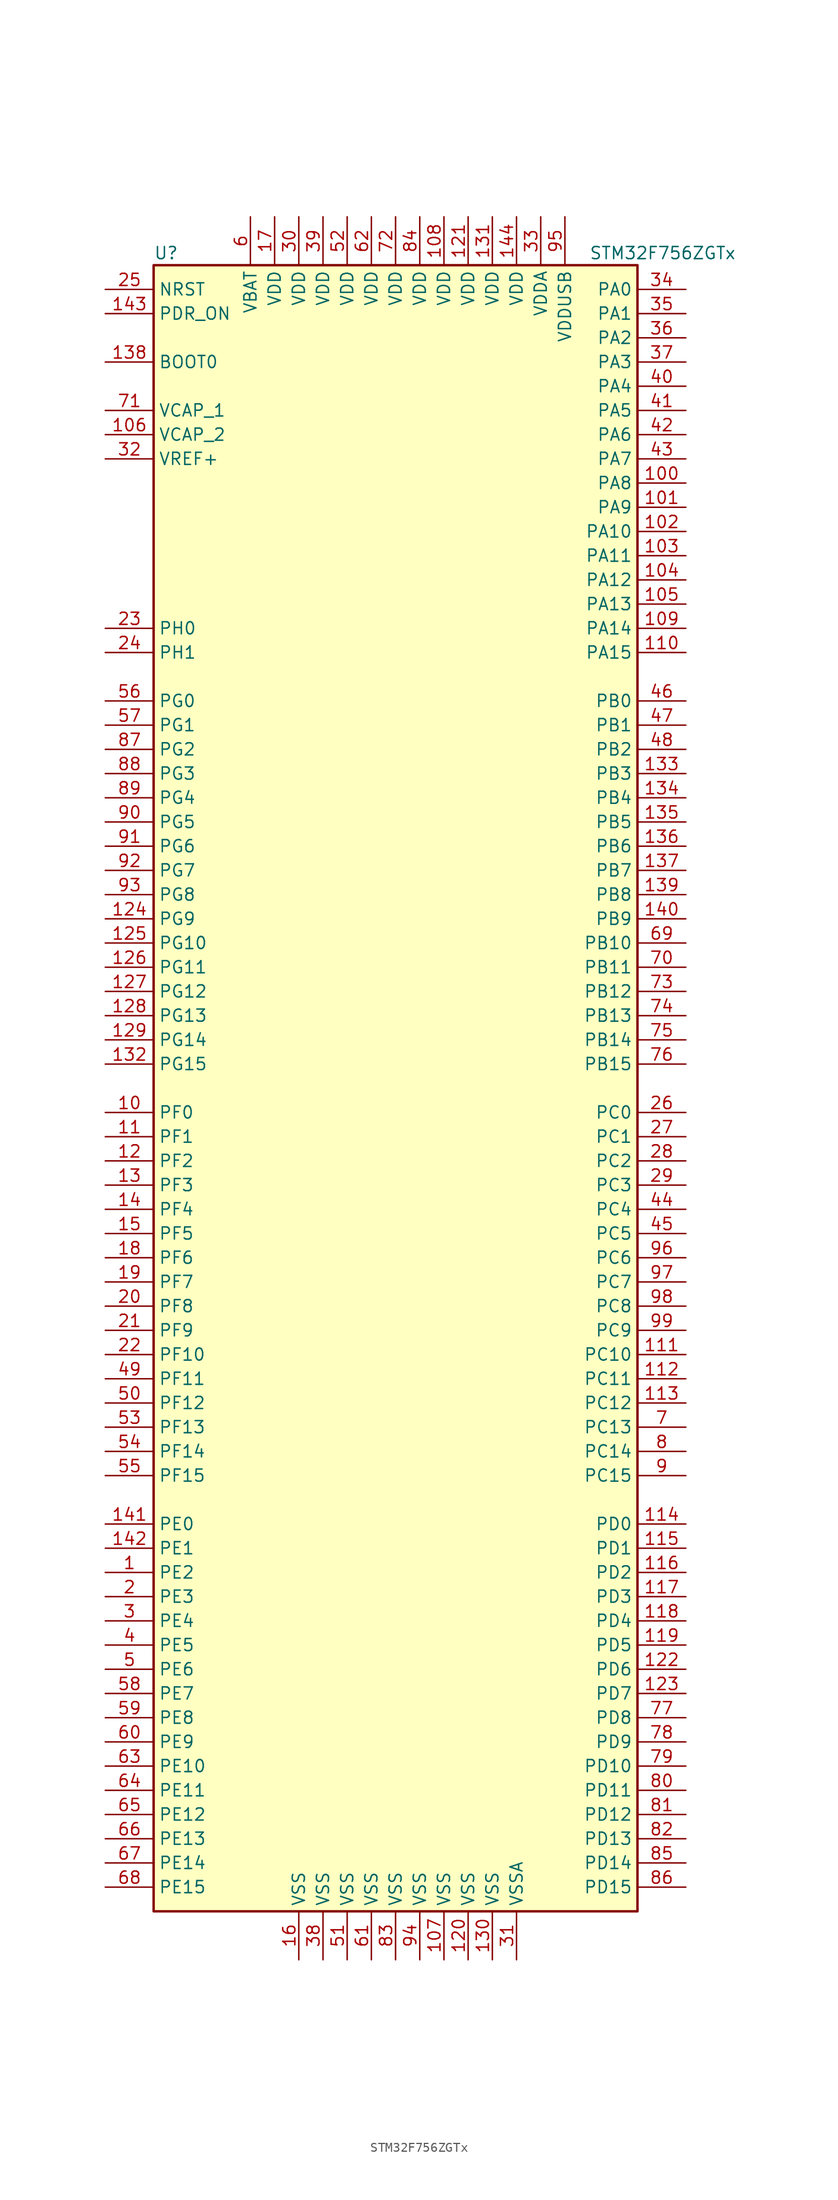
<source format=kicad_sym>
(kicad_symbol_lib
  (version 20201005)
  (generator kicad_symbol_editor)
  (symbol "STM32F756ZGTx"
    (property "Reference" "U"
      (at -25.4 87.63 0)
      (effects (font (size 1.27 1.27)) (justify left)))
    (property "Value" "STM32F756ZGTx"
      (at 20.32 87.63 0)
      (effects (font (size 1.27 1.27)) (justify left)))
    (symbol "STM32F756ZGTx_0_1"
      (rectangle (start -25.4 -86.36) (end 25.4 86.36) (stroke (width 0.254)) (fill (type background))))
    (symbol "STM32F756ZGTx_1_1"
      (pin input line (at -30.48 76.2 0) (length 5.08) (name "BOOT0" (effects (font (size 1.27 1.27)))) (number "138" (effects (font (size 1.27 1.27)))))
      (pin input line (at -30.48 83.82 0) (length 5.08) (name "NRST" (effects (font (size 1.27 1.27)))) (number "25" (effects (font (size 1.27 1.27)))))
      (pin bidirectional line (at 30.48 83.82 180) (length 5.08) (name "PA0" (effects (font (size 1.27 1.27)))) (number "34" (effects (font (size 1.27 1.27)))))
      (pin bidirectional line (at 30.48 81.28 180) (length 5.08) (name "PA1" (effects (font (size 1.27 1.27)))) (number "35" (effects (font (size 1.27 1.27)))))
      (pin bidirectional line (at 30.48 58.42 180) (length 5.08) (name "PA10" (effects (font (size 1.27 1.27)))) (number "102" (effects (font (size 1.27 1.27)))))
      (pin bidirectional line (at 30.48 55.88 180) (length 5.08) (name "PA11" (effects (font (size 1.27 1.27)))) (number "103" (effects (font (size 1.27 1.27)))))
      (pin bidirectional line (at 30.48 53.34 180) (length 5.08) (name "PA12" (effects (font (size 1.27 1.27)))) (number "104" (effects (font (size 1.27 1.27)))))
      (pin bidirectional line (at 30.48 50.8 180) (length 5.08) (name "PA13" (effects (font (size 1.27 1.27)))) (number "105" (effects (font (size 1.27 1.27)))))
      (pin bidirectional line (at 30.48 48.26 180) (length 5.08) (name "PA14" (effects (font (size 1.27 1.27)))) (number "109" (effects (font (size 1.27 1.27)))))
      (pin bidirectional line (at 30.48 45.72 180) (length 5.08) (name "PA15" (effects (font (size 1.27 1.27)))) (number "110" (effects (font (size 1.27 1.27)))))
      (pin bidirectional line (at 30.48 78.74 180) (length 5.08) (name "PA2" (effects (font (size 1.27 1.27)))) (number "36" (effects (font (size 1.27 1.27)))))
      (pin bidirectional line (at 30.48 76.2 180) (length 5.08) (name "PA3" (effects (font (size 1.27 1.27)))) (number "37" (effects (font (size 1.27 1.27)))))
      (pin bidirectional line (at 30.48 73.66 180) (length 5.08) (name "PA4" (effects (font (size 1.27 1.27)))) (number "40" (effects (font (size 1.27 1.27)))))
      (pin bidirectional line (at 30.48 71.12 180) (length 5.08) (name "PA5" (effects (font (size 1.27 1.27)))) (number "41" (effects (font (size 1.27 1.27)))))
      (pin bidirectional line (at 30.48 68.58 180) (length 5.08) (name "PA6" (effects (font (size 1.27 1.27)))) (number "42" (effects (font (size 1.27 1.27)))))
      (pin bidirectional line (at 30.48 66.04 180) (length 5.08) (name "PA7" (effects (font (size 1.27 1.27)))) (number "43" (effects (font (size 1.27 1.27)))))
      (pin bidirectional line (at 30.48 63.5 180) (length 5.08) (name "PA8" (effects (font (size 1.27 1.27)))) (number "100" (effects (font (size 1.27 1.27)))))
      (pin bidirectional line (at 30.48 60.96 180) (length 5.08) (name "PA9" (effects (font (size 1.27 1.27)))) (number "101" (effects (font (size 1.27 1.27)))))
      (pin bidirectional line (at 30.48 40.64 180) (length 5.08) (name "PB0" (effects (font (size 1.27 1.27)))) (number "46" (effects (font (size 1.27 1.27)))))
      (pin bidirectional line (at 30.48 38.1 180) (length 5.08) (name "PB1" (effects (font (size 1.27 1.27)))) (number "47" (effects (font (size 1.27 1.27)))))
      (pin bidirectional line (at 30.48 15.24 180) (length 5.08) (name "PB10" (effects (font (size 1.27 1.27)))) (number "69" (effects (font (size 1.27 1.27)))))
      (pin bidirectional line (at 30.48 12.7 180) (length 5.08) (name "PB11" (effects (font (size 1.27 1.27)))) (number "70" (effects (font (size 1.27 1.27)))))
      (pin bidirectional line (at 30.48 10.16 180) (length 5.08) (name "PB12" (effects (font (size 1.27 1.27)))) (number "73" (effects (font (size 1.27 1.27)))))
      (pin bidirectional line (at 30.48 7.62 180) (length 5.08) (name "PB13" (effects (font (size 1.27 1.27)))) (number "74" (effects (font (size 1.27 1.27)))))
      (pin bidirectional line (at 30.48 5.08 180) (length 5.08) (name "PB14" (effects (font (size 1.27 1.27)))) (number "75" (effects (font (size 1.27 1.27)))))
      (pin bidirectional line (at 30.48 2.54 180) (length 5.08) (name "PB15" (effects (font (size 1.27 1.27)))) (number "76" (effects (font (size 1.27 1.27)))))
      (pin bidirectional line (at 30.48 35.56 180) (length 5.08) (name "PB2" (effects (font (size 1.27 1.27)))) (number "48" (effects (font (size 1.27 1.27)))))
      (pin bidirectional line (at 30.48 33.02 180) (length 5.08) (name "PB3" (effects (font (size 1.27 1.27)))) (number "133" (effects (font (size 1.27 1.27)))))
      (pin bidirectional line (at 30.48 30.48 180) (length 5.08) (name "PB4" (effects (font (size 1.27 1.27)))) (number "134" (effects (font (size 1.27 1.27)))))
      (pin bidirectional line (at 30.48 27.94 180) (length 5.08) (name "PB5" (effects (font (size 1.27 1.27)))) (number "135" (effects (font (size 1.27 1.27)))))
      (pin bidirectional line (at 30.48 25.4 180) (length 5.08) (name "PB6" (effects (font (size 1.27 1.27)))) (number "136" (effects (font (size 1.27 1.27)))))
      (pin bidirectional line (at 30.48 22.86 180) (length 5.08) (name "PB7" (effects (font (size 1.27 1.27)))) (number "137" (effects (font (size 1.27 1.27)))))
      (pin bidirectional line (at 30.48 20.32 180) (length 5.08) (name "PB8" (effects (font (size 1.27 1.27)))) (number "139" (effects (font (size 1.27 1.27)))))
      (pin bidirectional line (at 30.48 17.78 180) (length 5.08) (name "PB9" (effects (font (size 1.27 1.27)))) (number "140" (effects (font (size 1.27 1.27)))))
      (pin bidirectional line (at 30.48 -2.54 180) (length 5.08) (name "PC0" (effects (font (size 1.27 1.27)))) (number "26" (effects (font (size 1.27 1.27)))))
      (pin bidirectional line (at 30.48 -5.08 180) (length 5.08) (name "PC1" (effects (font (size 1.27 1.27)))) (number "27" (effects (font (size 1.27 1.27)))))
      (pin bidirectional line (at 30.48 -27.94 180) (length 5.08) (name "PC10" (effects (font (size 1.27 1.27)))) (number "111" (effects (font (size 1.27 1.27)))))
      (pin bidirectional line (at 30.48 -30.48 180) (length 5.08) (name "PC11" (effects (font (size 1.27 1.27)))) (number "112" (effects (font (size 1.27 1.27)))))
      (pin bidirectional line (at 30.48 -33.02 180) (length 5.08) (name "PC12" (effects (font (size 1.27 1.27)))) (number "113" (effects (font (size 1.27 1.27)))))
      (pin bidirectional line (at 30.48 -35.56 180) (length 5.08) (name "PC13" (effects (font (size 1.27 1.27)))) (number "7" (effects (font (size 1.27 1.27)))))
      (pin bidirectional line (at 30.48 -38.1 180) (length 5.08) (name "PC14" (effects (font (size 1.27 1.27)))) (number "8" (effects (font (size 1.27 1.27)))))
      (pin bidirectional line (at 30.48 -40.64 180) (length 5.08) (name "PC15" (effects (font (size 1.27 1.27)))) (number "9" (effects (font (size 1.27 1.27)))))
      (pin bidirectional line (at 30.48 -7.62 180) (length 5.08) (name "PC2" (effects (font (size 1.27 1.27)))) (number "28" (effects (font (size 1.27 1.27)))))
      (pin bidirectional line (at 30.48 -10.16 180) (length 5.08) (name "PC3" (effects (font (size 1.27 1.27)))) (number "29" (effects (font (size 1.27 1.27)))))
      (pin bidirectional line (at 30.48 -12.7 180) (length 5.08) (name "PC4" (effects (font (size 1.27 1.27)))) (number "44" (effects (font (size 1.27 1.27)))))
      (pin bidirectional line (at 30.48 -15.24 180) (length 5.08) (name "PC5" (effects (font (size 1.27 1.27)))) (number "45" (effects (font (size 1.27 1.27)))))
      (pin bidirectional line (at 30.48 -17.78 180) (length 5.08) (name "PC6" (effects (font (size 1.27 1.27)))) (number "96" (effects (font (size 1.27 1.27)))))
      (pin bidirectional line (at 30.48 -20.32 180) (length 5.08) (name "PC7" (effects (font (size 1.27 1.27)))) (number "97" (effects (font (size 1.27 1.27)))))
      (pin bidirectional line (at 30.48 -22.86 180) (length 5.08) (name "PC8" (effects (font (size 1.27 1.27)))) (number "98" (effects (font (size 1.27 1.27)))))
      (pin bidirectional line (at 30.48 -25.4 180) (length 5.08) (name "PC9" (effects (font (size 1.27 1.27)))) (number "99" (effects (font (size 1.27 1.27)))))
      (pin bidirectional line (at 30.48 -45.72 180) (length 5.08) (name "PD0" (effects (font (size 1.27 1.27)))) (number "114" (effects (font (size 1.27 1.27)))))
      (pin bidirectional line (at 30.48 -48.26 180) (length 5.08) (name "PD1" (effects (font (size 1.27 1.27)))) (number "115" (effects (font (size 1.27 1.27)))))
      (pin bidirectional line (at 30.48 -71.12 180) (length 5.08) (name "PD10" (effects (font (size 1.27 1.27)))) (number "79" (effects (font (size 1.27 1.27)))))
      (pin bidirectional line (at 30.48 -73.66 180) (length 5.08) (name "PD11" (effects (font (size 1.27 1.27)))) (number "80" (effects (font (size 1.27 1.27)))))
      (pin bidirectional line (at 30.48 -76.2 180) (length 5.08) (name "PD12" (effects (font (size 1.27 1.27)))) (number "81" (effects (font (size 1.27 1.27)))))
      (pin bidirectional line (at 30.48 -78.74 180) (length 5.08) (name "PD13" (effects (font (size 1.27 1.27)))) (number "82" (effects (font (size 1.27 1.27)))))
      (pin bidirectional line (at 30.48 -81.28 180) (length 5.08) (name "PD14" (effects (font (size 1.27 1.27)))) (number "85" (effects (font (size 1.27 1.27)))))
      (pin bidirectional line (at 30.48 -83.82 180) (length 5.08) (name "PD15" (effects (font (size 1.27 1.27)))) (number "86" (effects (font (size 1.27 1.27)))))
      (pin bidirectional line (at 30.48 -50.8 180) (length 5.08) (name "PD2" (effects (font (size 1.27 1.27)))) (number "116" (effects (font (size 1.27 1.27)))))
      (pin bidirectional line (at 30.48 -53.34 180) (length 5.08) (name "PD3" (effects (font (size 1.27 1.27)))) (number "117" (effects (font (size 1.27 1.27)))))
      (pin bidirectional line (at 30.48 -55.88 180) (length 5.08) (name "PD4" (effects (font (size 1.27 1.27)))) (number "118" (effects (font (size 1.27 1.27)))))
      (pin bidirectional line (at 30.48 -58.42 180) (length 5.08) (name "PD5" (effects (font (size 1.27 1.27)))) (number "119" (effects (font (size 1.27 1.27)))))
      (pin bidirectional line (at 30.48 -60.96 180) (length 5.08) (name "PD6" (effects (font (size 1.27 1.27)))) (number "122" (effects (font (size 1.27 1.27)))))
      (pin bidirectional line (at 30.48 -63.5 180) (length 5.08) (name "PD7" (effects (font (size 1.27 1.27)))) (number "123" (effects (font (size 1.27 1.27)))))
      (pin bidirectional line (at 30.48 -66.04 180) (length 5.08) (name "PD8" (effects (font (size 1.27 1.27)))) (number "77" (effects (font (size 1.27 1.27)))))
      (pin bidirectional line (at 30.48 -68.58 180) (length 5.08) (name "PD9" (effects (font (size 1.27 1.27)))) (number "78" (effects (font (size 1.27 1.27)))))
      (pin input line (at -30.48 81.28 0) (length 5.08) (name "PDR_ON" (effects (font (size 1.27 1.27)))) (number "143" (effects (font (size 1.27 1.27)))))
      (pin bidirectional line (at -30.48 -45.72 0) (length 5.08) (name "PE0" (effects (font (size 1.27 1.27)))) (number "141" (effects (font (size 1.27 1.27)))))
      (pin bidirectional line (at -30.48 -48.26 0) (length 5.08) (name "PE1" (effects (font (size 1.27 1.27)))) (number "142" (effects (font (size 1.27 1.27)))))
      (pin bidirectional line (at -30.48 -71.12 0) (length 5.08) (name "PE10" (effects (font (size 1.27 1.27)))) (number "63" (effects (font (size 1.27 1.27)))))
      (pin bidirectional line (at -30.48 -73.66 0) (length 5.08) (name "PE11" (effects (font (size 1.27 1.27)))) (number "64" (effects (font (size 1.27 1.27)))))
      (pin bidirectional line (at -30.48 -76.2 0) (length 5.08) (name "PE12" (effects (font (size 1.27 1.27)))) (number "65" (effects (font (size 1.27 1.27)))))
      (pin bidirectional line (at -30.48 -78.74 0) (length 5.08) (name "PE13" (effects (font (size 1.27 1.27)))) (number "66" (effects (font (size 1.27 1.27)))))
      (pin bidirectional line (at -30.48 -81.28 0) (length 5.08) (name "PE14" (effects (font (size 1.27 1.27)))) (number "67" (effects (font (size 1.27 1.27)))))
      (pin bidirectional line (at -30.48 -83.82 0) (length 5.08) (name "PE15" (effects (font (size 1.27 1.27)))) (number "68" (effects (font (size 1.27 1.27)))))
      (pin bidirectional line (at -30.48 -50.8 0) (length 5.08) (name "PE2" (effects (font (size 1.27 1.27)))) (number "1" (effects (font (size 1.27 1.27)))))
      (pin bidirectional line (at -30.48 -53.34 0) (length 5.08) (name "PE3" (effects (font (size 1.27 1.27)))) (number "2" (effects (font (size 1.27 1.27)))))
      (pin bidirectional line (at -30.48 -55.88 0) (length 5.08) (name "PE4" (effects (font (size 1.27 1.27)))) (number "3" (effects (font (size 1.27 1.27)))))
      (pin bidirectional line (at -30.48 -58.42 0) (length 5.08) (name "PE5" (effects (font (size 1.27 1.27)))) (number "4" (effects (font (size 1.27 1.27)))))
      (pin bidirectional line (at -30.48 -60.96 0) (length 5.08) (name "PE6" (effects (font (size 1.27 1.27)))) (number "5" (effects (font (size 1.27 1.27)))))
      (pin bidirectional line (at -30.48 -63.5 0) (length 5.08) (name "PE7" (effects (font (size 1.27 1.27)))) (number "58" (effects (font (size 1.27 1.27)))))
      (pin bidirectional line (at -30.48 -66.04 0) (length 5.08) (name "PE8" (effects (font (size 1.27 1.27)))) (number "59" (effects (font (size 1.27 1.27)))))
      (pin bidirectional line (at -30.48 -68.58 0) (length 5.08) (name "PE9" (effects (font (size 1.27 1.27)))) (number "60" (effects (font (size 1.27 1.27)))))
      (pin bidirectional line (at -30.48 -2.54 0) (length 5.08) (name "PF0" (effects (font (size 1.27 1.27)))) (number "10" (effects (font (size 1.27 1.27)))))
      (pin bidirectional line (at -30.48 -5.08 0) (length 5.08) (name "PF1" (effects (font (size 1.27 1.27)))) (number "11" (effects (font (size 1.27 1.27)))))
      (pin bidirectional line (at -30.48 -27.94 0) (length 5.08) (name "PF10" (effects (font (size 1.27 1.27)))) (number "22" (effects (font (size 1.27 1.27)))))
      (pin bidirectional line (at -30.48 -30.48 0) (length 5.08) (name "PF11" (effects (font (size 1.27 1.27)))) (number "49" (effects (font (size 1.27 1.27)))))
      (pin bidirectional line (at -30.48 -33.02 0) (length 5.08) (name "PF12" (effects (font (size 1.27 1.27)))) (number "50" (effects (font (size 1.27 1.27)))))
      (pin bidirectional line (at -30.48 -35.56 0) (length 5.08) (name "PF13" (effects (font (size 1.27 1.27)))) (number "53" (effects (font (size 1.27 1.27)))))
      (pin bidirectional line (at -30.48 -38.1 0) (length 5.08) (name "PF14" (effects (font (size 1.27 1.27)))) (number "54" (effects (font (size 1.27 1.27)))))
      (pin bidirectional line (at -30.48 -40.64 0) (length 5.08) (name "PF15" (effects (font (size 1.27 1.27)))) (number "55" (effects (font (size 1.27 1.27)))))
      (pin bidirectional line (at -30.48 -7.62 0) (length 5.08) (name "PF2" (effects (font (size 1.27 1.27)))) (number "12" (effects (font (size 1.27 1.27)))))
      (pin bidirectional line (at -30.48 -10.16 0) (length 5.08) (name "PF3" (effects (font (size 1.27 1.27)))) (number "13" (effects (font (size 1.27 1.27)))))
      (pin bidirectional line (at -30.48 -12.7 0) (length 5.08) (name "PF4" (effects (font (size 1.27 1.27)))) (number "14" (effects (font (size 1.27 1.27)))))
      (pin bidirectional line (at -30.48 -15.24 0) (length 5.08) (name "PF5" (effects (font (size 1.27 1.27)))) (number "15" (effects (font (size 1.27 1.27)))))
      (pin bidirectional line (at -30.48 -17.78 0) (length 5.08) (name "PF6" (effects (font (size 1.27 1.27)))) (number "18" (effects (font (size 1.27 1.27)))))
      (pin bidirectional line (at -30.48 -20.32 0) (length 5.08) (name "PF7" (effects (font (size 1.27 1.27)))) (number "19" (effects (font (size 1.27 1.27)))))
      (pin bidirectional line (at -30.48 -22.86 0) (length 5.08) (name "PF8" (effects (font (size 1.27 1.27)))) (number "20" (effects (font (size 1.27 1.27)))))
      (pin bidirectional line (at -30.48 -25.4 0) (length 5.08) (name "PF9" (effects (font (size 1.27 1.27)))) (number "21" (effects (font (size 1.27 1.27)))))
      (pin bidirectional line (at -30.48 40.64 0) (length 5.08) (name "PG0" (effects (font (size 1.27 1.27)))) (number "56" (effects (font (size 1.27 1.27)))))
      (pin bidirectional line (at -30.48 38.1 0) (length 5.08) (name "PG1" (effects (font (size 1.27 1.27)))) (number "57" (effects (font (size 1.27 1.27)))))
      (pin bidirectional line (at -30.48 15.24 0) (length 5.08) (name "PG10" (effects (font (size 1.27 1.27)))) (number "125" (effects (font (size 1.27 1.27)))))
      (pin bidirectional line (at -30.48 12.7 0) (length 5.08) (name "PG11" (effects (font (size 1.27 1.27)))) (number "126" (effects (font (size 1.27 1.27)))))
      (pin bidirectional line (at -30.48 10.16 0) (length 5.08) (name "PG12" (effects (font (size 1.27 1.27)))) (number "127" (effects (font (size 1.27 1.27)))))
      (pin bidirectional line (at -30.48 7.62 0) (length 5.08) (name "PG13" (effects (font (size 1.27 1.27)))) (number "128" (effects (font (size 1.27 1.27)))))
      (pin bidirectional line (at -30.48 5.08 0) (length 5.08) (name "PG14" (effects (font (size 1.27 1.27)))) (number "129" (effects (font (size 1.27 1.27)))))
      (pin bidirectional line (at -30.48 2.54 0) (length 5.08) (name "PG15" (effects (font (size 1.27 1.27)))) (number "132" (effects (font (size 1.27 1.27)))))
      (pin bidirectional line (at -30.48 35.56 0) (length 5.08) (name "PG2" (effects (font (size 1.27 1.27)))) (number "87" (effects (font (size 1.27 1.27)))))
      (pin bidirectional line (at -30.48 33.02 0) (length 5.08) (name "PG3" (effects (font (size 1.27 1.27)))) (number "88" (effects (font (size 1.27 1.27)))))
      (pin bidirectional line (at -30.48 30.48 0) (length 5.08) (name "PG4" (effects (font (size 1.27 1.27)))) (number "89" (effects (font (size 1.27 1.27)))))
      (pin bidirectional line (at -30.48 27.94 0) (length 5.08) (name "PG5" (effects (font (size 1.27 1.27)))) (number "90" (effects (font (size 1.27 1.27)))))
      (pin bidirectional line (at -30.48 25.4 0) (length 5.08) (name "PG6" (effects (font (size 1.27 1.27)))) (number "91" (effects (font (size 1.27 1.27)))))
      (pin bidirectional line (at -30.48 22.86 0) (length 5.08) (name "PG7" (effects (font (size 1.27 1.27)))) (number "92" (effects (font (size 1.27 1.27)))))
      (pin bidirectional line (at -30.48 20.32 0) (length 5.08) (name "PG8" (effects (font (size 1.27 1.27)))) (number "93" (effects (font (size 1.27 1.27)))))
      (pin bidirectional line (at -30.48 17.78 0) (length 5.08) (name "PG9" (effects (font (size 1.27 1.27)))) (number "124" (effects (font (size 1.27 1.27)))))
      (pin input line (at -30.48 48.26 0) (length 5.08) (name "PH0" (effects (font (size 1.27 1.27)))) (number "23" (effects (font (size 1.27 1.27)))))
      (pin input line (at -30.48 45.72 0) (length 5.08) (name "PH1" (effects (font (size 1.27 1.27)))) (number "24" (effects (font (size 1.27 1.27)))))
      (pin power_in line (at -15.24 91.44 270) (length 5.08) (name "VBAT" (effects (font (size 1.27 1.27)))) (number "6" (effects (font (size 1.27 1.27)))))
      (pin power_in line (at -30.48 71.12 0) (length 5.08) (name "VCAP_1" (effects (font (size 1.27 1.27)))) (number "71" (effects (font (size 1.27 1.27)))))
      (pin power_in line (at -30.48 68.58 0) (length 5.08) (name "VCAP_2" (effects (font (size 1.27 1.27)))) (number "106" (effects (font (size 1.27 1.27)))))
      (pin power_in line (at 5.08 91.44 270) (length 5.08) (name "VDD" (effects (font (size 1.27 1.27)))) (number "108" (effects (font (size 1.27 1.27)))))
      (pin power_in line (at 7.62 91.44 270) (length 5.08) (name "VDD" (effects (font (size 1.27 1.27)))) (number "121" (effects (font (size 1.27 1.27)))))
      (pin power_in line (at 10.16 91.44 270) (length 5.08) (name "VDD" (effects (font (size 1.27 1.27)))) (number "131" (effects (font (size 1.27 1.27)))))
      (pin power_in line (at 12.7 91.44 270) (length 5.08) (name "VDD" (effects (font (size 1.27 1.27)))) (number "144" (effects (font (size 1.27 1.27)))))
      (pin power_in line (at -12.7 91.44 270) (length 5.08) (name "VDD" (effects (font (size 1.27 1.27)))) (number "17" (effects (font (size 1.27 1.27)))))
      (pin power_in line (at -10.16 91.44 270) (length 5.08) (name "VDD" (effects (font (size 1.27 1.27)))) (number "30" (effects (font (size 1.27 1.27)))))
      (pin power_in line (at -7.62 91.44 270) (length 5.08) (name "VDD" (effects (font (size 1.27 1.27)))) (number "39" (effects (font (size 1.27 1.27)))))
      (pin power_in line (at -5.08 91.44 270) (length 5.08) (name "VDD" (effects (font (size 1.27 1.27)))) (number "52" (effects (font (size 1.27 1.27)))))
      (pin power_in line (at -2.54 91.44 270) (length 5.08) (name "VDD" (effects (font (size 1.27 1.27)))) (number "62" (effects (font (size 1.27 1.27)))))
      (pin power_in line (at 0 91.44 270) (length 5.08) (name "VDD" (effects (font (size 1.27 1.27)))) (number "72" (effects (font (size 1.27 1.27)))))
      (pin power_in line (at 2.54 91.44 270) (length 5.08) (name "VDD" (effects (font (size 1.27 1.27)))) (number "84" (effects (font (size 1.27 1.27)))))
      (pin power_in line (at 15.24 91.44 270) (length 5.08) (name "VDDA" (effects (font (size 1.27 1.27)))) (number "33" (effects (font (size 1.27 1.27)))))
      (pin power_in line (at 17.78 91.44 270) (length 5.08) (name "VDDUSB" (effects (font (size 1.27 1.27)))) (number "95" (effects (font (size 1.27 1.27)))))
      (pin power_in line (at -30.48 66.04 0) (length 5.08) (name "VREF+" (effects (font (size 1.27 1.27)))) (number "32" (effects (font (size 1.27 1.27)))))
      (pin power_in line (at 5.08 -91.44 90) (length 5.08) (name "VSS" (effects (font (size 1.27 1.27)))) (number "107" (effects (font (size 1.27 1.27)))))
      (pin power_in line (at 7.62 -91.44 90) (length 5.08) (name "VSS" (effects (font (size 1.27 1.27)))) (number "120" (effects (font (size 1.27 1.27)))))
      (pin power_in line (at 10.16 -91.44 90) (length 5.08) (name "VSS" (effects (font (size 1.27 1.27)))) (number "130" (effects (font (size 1.27 1.27)))))
      (pin power_in line (at -10.16 -91.44 90) (length 5.08) (name "VSS" (effects (font (size 1.27 1.27)))) (number "16" (effects (font (size 1.27 1.27)))))
      (pin power_in line (at -7.62 -91.44 90) (length 5.08) (name "VSS" (effects (font (size 1.27 1.27)))) (number "38" (effects (font (size 1.27 1.27)))))
      (pin power_in line (at -5.08 -91.44 90) (length 5.08) (name "VSS" (effects (font (size 1.27 1.27)))) (number "51" (effects (font (size 1.27 1.27)))))
      (pin power_in line (at -2.54 -91.44 90) (length 5.08) (name "VSS" (effects (font (size 1.27 1.27)))) (number "61" (effects (font (size 1.27 1.27)))))
      (pin power_in line (at 0 -91.44 90) (length 5.08) (name "VSS" (effects (font (size 1.27 1.27)))) (number "83" (effects (font (size 1.27 1.27)))))
      (pin power_in line (at 2.54 -91.44 90) (length 5.08) (name "VSS" (effects (font (size 1.27 1.27)))) (number "94" (effects (font (size 1.27 1.27)))))
      (pin power_in line (at 12.7 -91.44 90) (length 5.08) (name "VSSA" (effects (font (size 1.27 1.27)))) (number "31" (effects (font (size 1.27 1.27))))))))
</source>
